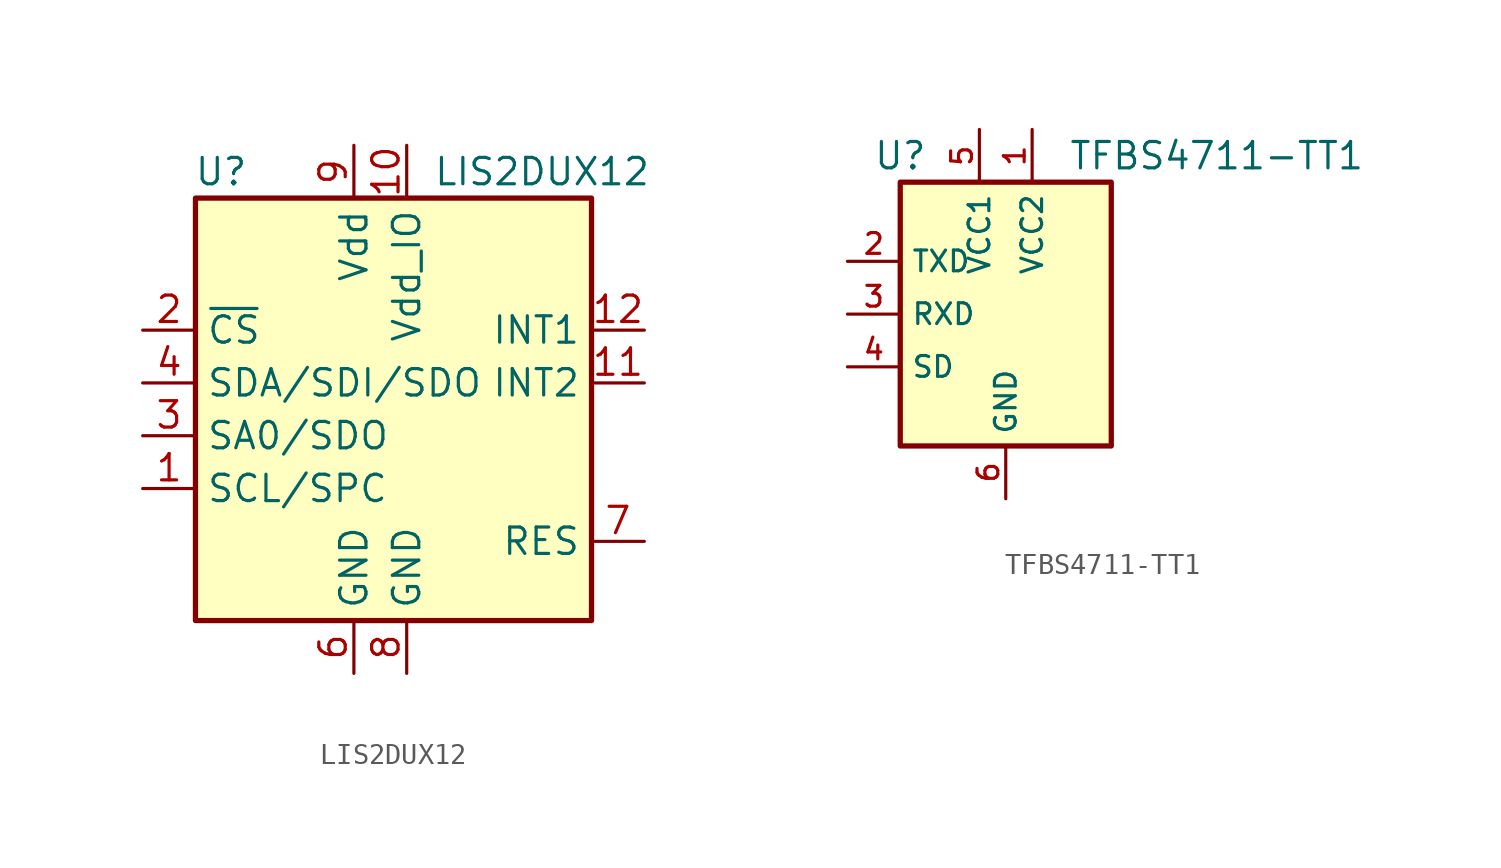
<source format=kicad_sym>
(kicad_symbol_lib
  (version 20220914)
  (generator kicad_symbol_editor)
  (symbol "LIS2DUX12"
    (property "Reference" "U"
      (at -6.35 11.43 0)
      (effects (font (size 1.27 1.27)) (justify right)))
    (property "Value" "LIS2DUX12"
      (at 2.54 11.43 0)
      (effects (font (size 1.27 1.27)) (justify left)))
    (symbol "LIS2DUX12_0_1"
      (rectangle (start -8.89 10.16) (end 10.16 -10.16) (stroke (width 0.254) (type default)) (fill (type background))))
    (symbol "LIS2DUX12_1_1"
      (pin input line (at -11.43 -3.81 0) (length 2.54) (name "SCL/SPC" (effects (font (size 1.27 1.27)))) (number "1" (effects (font (size 1.27 1.27)))))
      (pin power_in line (at 1.27 12.7 270) (length 2.54) (name "Vdd_IO" (effects (font (size 1.27 1.27)))) (number "10" (effects (font (size 1.27 1.27)))))
      (pin output line (at 12.7 1.27 180) (length 2.54) (name "INT2" (effects (font (size 1.27 1.27)))) (number "11" (effects (font (size 1.27 1.27)))))
      (pin output line (at 12.7 3.81 180) (length 2.54) (name "INT1" (effects (font (size 1.27 1.27)))) (number "12" (effects (font (size 1.27 1.27)))))
      (pin input line (at -11.43 3.81 0) (length 2.54) (name "~{CS}" (effects (font (size 1.27 1.27)))) (number "2" (effects (font (size 1.27 1.27)))))
      (pin bidirectional line (at -11.43 -1.27 0) (length 2.54) (name "SA0/SDO" (effects (font (size 1.27 1.27)))) (number "3" (effects (font (size 1.27 1.27)))))
      (pin bidirectional line (at -11.43 1.27 0) (length 2.54) (name "SDA/SDI/SDO" (effects (font (size 1.27 1.27)))) (number "4" (effects (font (size 1.27 1.27)))))
      (pin no_connect line (at 12.7 -2.54 180) (length 2.54) hide (name "NC" (effects (font (size 1.27 1.27)))) (number "5" (effects (font (size 1.27 1.27)))))
      (pin power_in line (at -1.27 -12.7 90) (length 2.54) (name "GND" (effects (font (size 1.27 1.27)))) (number "6" (effects (font (size 1.27 1.27)))))
      (pin passive line (at 12.7 -6.35 180) (length 2.54) (name "RES" (effects (font (size 1.27 1.27)))) (number "7" (effects (font (size 1.27 1.27)))))
      (pin power_in line (at 1.27 -12.7 90) (length 2.54) (name "GND" (effects (font (size 1.27 1.27)))) (number "8" (effects (font (size 1.27 1.27)))))
      (pin power_in line (at -1.27 12.7 270) (length 2.54) (name "Vdd" (effects (font (size 1.27 1.27)))) (number "9" (effects (font (size 1.27 1.27)))))))
  (symbol "TFBS4711-TT1"
    (property "Reference" "U"
      (at -5.08 7.62 0)
      (effects (font (size 1.27 1.27))))
    (property "Value" "TFBS4711-TT1"
      (at 10.16 7.62 0)
      (effects (font (size 1.27 1.27))))
    (symbol "TFBS4711-TT1_1_1"
      (rectangle (start -5.08 6.35) (end 5.08 -6.35) (stroke (width 0.254) (type default)) (fill (type background)))
      (pin power_in line (at 1.27 8.89 270) (length 2.54) (name "VCC2" (effects (font (size 1 1)))) (number "1" (effects (font (size 1 1)))))
      (pin input line (at -7.62 2.54 0) (length 2.54) (name "TXD" (effects (font (size 1 1)))) (number "2" (effects (font (size 1 1)))))
      (pin output line (at -7.62 0 0) (length 2.54) (name "RXD" (effects (font (size 1 1)))) (number "3" (effects (font (size 1 1)))))
      (pin input line (at -7.62 -2.54 0) (length 2.54) (name "SD" (effects (font (size 1 1)))) (number "4" (effects (font (size 1 1)))))
      (pin power_in line (at -1.27 8.89 270) (length 2.54) (name "VCC1" (effects (font (size 1 1)))) (number "5" (effects (font (size 1 1)))))
      (pin power_in line (at 0 -8.89 90) (length 2.54) (name "GND" (effects (font (size 1 1)))) (number "6" (effects (font (size 1 1))))))))
</source>
